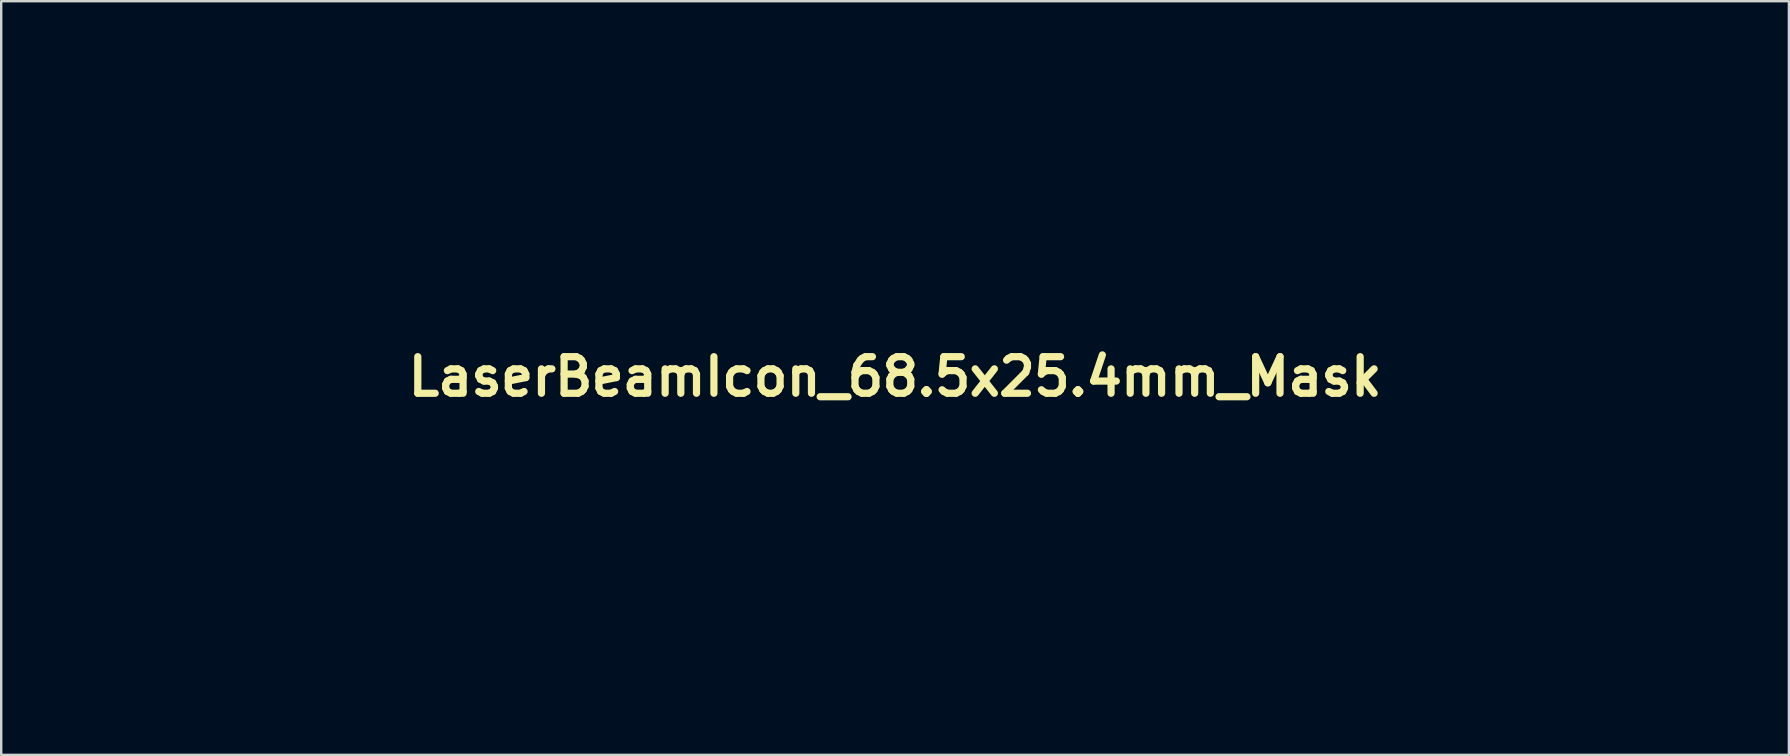
<source format=kicad_pcb>
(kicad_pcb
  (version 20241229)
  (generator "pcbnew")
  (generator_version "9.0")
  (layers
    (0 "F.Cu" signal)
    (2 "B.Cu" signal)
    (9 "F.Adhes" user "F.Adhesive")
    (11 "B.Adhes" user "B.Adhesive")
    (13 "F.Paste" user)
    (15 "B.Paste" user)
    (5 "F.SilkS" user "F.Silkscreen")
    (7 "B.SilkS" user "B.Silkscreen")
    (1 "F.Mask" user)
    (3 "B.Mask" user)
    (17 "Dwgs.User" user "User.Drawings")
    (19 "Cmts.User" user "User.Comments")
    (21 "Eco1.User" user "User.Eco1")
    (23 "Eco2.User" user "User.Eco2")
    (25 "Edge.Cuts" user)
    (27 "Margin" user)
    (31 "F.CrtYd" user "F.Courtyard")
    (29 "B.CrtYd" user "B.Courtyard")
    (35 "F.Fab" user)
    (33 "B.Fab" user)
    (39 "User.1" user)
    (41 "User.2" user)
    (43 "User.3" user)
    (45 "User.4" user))
  (footprint "LaserBeamIcon_68.5x25.4mm_Mask"
    (layer "F.Cu")
    (at 34.24 12.644)
    (property "Reference" "LaserBeamIcon_68.5x25.4mm_Mask" (at 0 0 0) (layer "F.SilkS") (effects (font (size 1.524 1.524) (thickness 0.3))))
    (attr exclude_from_pos_files exclude_from_bom)
    (fp_poly (pts (xy -21.009 -8.42) (xy -20.98 -4.196) (xy -20.61 -5.539) (xy -20.449 -6.123) (xy -20.292 -6.693) (xy -20.157 -7.177) (xy -20.072 -7.48) (xy -19.904 -8.079) (xy -19.491 -8.003) (xy -19.196 -7.931) (xy -19.002 -7.851) (xy -18.985 -7.838) (xy -18.978 -7.697) (xy -19.03 -7.367) (xy -19.137 -6.875) (xy -19.291 -6.244) (xy -19.488 -5.499) (xy -19.721 -4.668) (xy -19.759 -4.536) (xy -19.83 -4.249) (xy -19.843 -4.093) (xy -19.815 -4.089) (xy -19.736 -4.208) (xy -19.56 -4.499) (xy -19.3 -4.936) (xy -18.971 -5.498) (xy -18.585 -6.159) (xy -18.157 -6.898) (xy -17.844 -7.441) (xy -17.293 -8.4) (xy -16.844 -9.183) (xy -16.484 -9.806) (xy -16.203 -10.287) (xy -15.988 -10.642) (xy -15.827 -10.889) (xy -15.71 -11.044) (xy -15.624 -11.124) (xy -15.558 -11.145) (xy -15.5 -11.126) (xy -15.437 -11.082) (xy -15.36 -11.03) (xy -15.354 -11.027) (xy -15.083 -10.874) (xy -14.896 -10.758) (xy -14.875 -10.692) (xy -14.913 -10.543) (xy -15.017 -10.297) (xy -15.196 -9.937) (xy -15.458 -9.447) (xy -15.812 -8.81) (xy -16.266 -8.01) (xy -16.698 -7.258) (xy -17.16 -6.453) (xy -17.592 -5.701) (xy -17.979 -5.024) (xy -18.307 -4.449) (xy -18.562 -3.999) (xy -18.73 -3.698) (xy -18.794 -3.581) (xy -18.765 -3.566) (xy -18.599 -3.692) (xy -18.319 -3.939) (xy -17.946 -4.288) (xy -17.501 -4.721) (xy -17.468 -4.754) (xy -16.001 -6.206) (xy -15.639 -5.844) (xy -15.277 -5.482) (xy -16.73 -4.016) (xy -17.168 -3.567) (xy -17.524 -3.188) (xy -17.779 -2.9) (xy -17.913 -2.726) (xy -17.909 -2.687) (xy -17.903 -2.689) (xy -17.741 -2.778) (xy -17.411 -2.964) (xy -16.937 -3.235) (xy -16.344 -3.574) (xy -15.658 -3.969) (xy -14.904 -4.404) (xy -14.376 -4.709) (xy -13.596 -5.16) (xy -12.874 -5.575) (xy -12.233 -5.942) (xy -11.697 -6.246) (xy -11.29 -6.475) (xy -11.037 -6.614) (xy -10.963 -6.651) (xy -10.79 -6.599) (xy -10.58 -6.329) (xy -10.546 -6.271) (xy -10.294 -5.829) (xy -11.049 -5.388) (xy -11.349 -5.214) (xy -11.807 -4.947) (xy -12.392 -4.608) (xy -13.067 -4.217) (xy -13.799 -3.793) (xy -14.546 -3.36) (xy -15.259 -2.946) (xy -15.911 -2.565) (xy -16.475 -2.233) (xy -16.926 -1.964) (xy -17.238 -1.774) (xy -17.386 -1.678) (xy -17.392 -1.672) (xy -17.37 -1.633) (xy -17.185 -1.663) (xy -17.112 -1.682) (xy -16.367 -1.894) (xy -15.651 -2.086) (xy -14.997 -2.251) (xy -14.437 -2.381) (xy -14.004 -2.469) (xy -13.729 -2.507) (xy -13.647 -2.499) (xy -13.568 -2.335) (xy -13.492 -2.051) (xy -13.481 -1.994) (xy -13.405 -1.582) (xy -13.948 -1.422) (xy -14.285 -1.326) (xy -14.766 -1.194) (xy -15.319 -1.045) (xy -15.721 -0.938) (xy -16.952 -0.615) (xy 34.24 -0.559) (xy 34.24 0.671) (xy -16.952 0.727) (xy -15.721 1.05) (xy -15.161 1.199) (xy -14.621 1.345) (xy -14.173 1.469) (xy -13.948 1.534) (xy -13.405 1.694) (xy -13.481 2.106) (xy -13.553 2.4) (xy -13.634 2.594) (xy -13.647 2.611) (xy -13.782 2.615) (xy -14.099 2.563) (xy -14.567 2.464) (xy -15.154 2.324) (xy -15.826 2.152) (xy -16.552 1.954) (xy -17.112 1.794) (xy -17.333 1.746) (xy -17.405 1.766) (xy -17.392 1.784) (xy -17.271 1.865) (xy -16.982 2.042) (xy -16.551 2.3) (xy -16.002 2.624) (xy -15.362 2.998) (xy -14.657 3.408) (xy -14.546 3.472) (xy -13.791 3.909) (xy -13.059 4.333) (xy -12.385 4.724) (xy -11.802 5.063) (xy -11.344 5.328) (xy -11.049 5.5) (xy -10.294 5.941) (xy -10.546 6.383) (xy -10.762 6.685) (xy -10.94 6.769) (xy -10.963 6.763) (xy -11.097 6.694) (xy -11.4 6.526) (xy -11.849 6.272) (xy -12.419 5.947) (xy -13.088 5.564) (xy -13.83 5.137) (xy -14.376 4.821) (xy -15.162 4.367) (xy -15.897 3.944) (xy -16.554 3.566) (xy -17.11 3.248) (xy -17.538 3.004) (xy -17.815 2.849) (xy -17.903 2.801) (xy -17.918 2.831) (xy -17.792 2.996) (xy -17.545 3.276) (xy -17.196 3.65) (xy -16.763 4.095) (xy -16.73 4.128) (xy -15.277 5.594) (xy -15.639 5.956) (xy -16.001 6.318) (xy -17.468 4.866) (xy -17.917 4.428) (xy -18.296 4.072) (xy -18.583 3.817) (xy -18.757 3.682) (xy -18.797 3.687) (xy -18.794 3.693) (xy -18.706 3.853) (xy -18.521 4.183) (xy -18.251 4.658) (xy -17.912 5.254) (xy -17.516 5.946) (xy -17.077 6.71) (xy -16.698 7.37) (xy -16.159 8.309) (xy -15.727 9.072) (xy -15.394 9.676) (xy -15.15 10.137) (xy -14.988 10.471) (xy -14.899 10.695) (xy -14.875 10.824) (xy -14.896 10.87) (xy -15.105 10.998) (xy -15.354 11.139) (xy -15.433 11.19) (xy -15.496 11.235) (xy -15.554 11.257) (xy -15.62 11.238) (xy -15.704 11.163) (xy -15.819 11.013) (xy -15.976 10.772) (xy -16.188 10.424) (xy -16.465 9.951) (xy -16.819 9.337) (xy -17.263 8.565) (xy -17.807 7.617) (xy -17.844 7.553) (xy -18.293 6.775) (xy -18.709 6.058) (xy -19.079 5.425) (xy -19.388 4.899) (xy -19.624 4.504) (xy -19.772 4.264) (xy -19.815 4.201) (xy -19.846 4.234) (xy -19.814 4.433) (xy -19.759 4.648) (xy -19.521 5.491) (xy -19.318 6.25) (xy -19.157 6.9) (xy -19.043 7.415) (xy -18.982 7.771) (xy -18.98 7.941) (xy -18.985 7.949) (xy -19.149 8.027) (xy -19.433 8.103) (xy -19.491 8.115) (xy -19.904 8.191) (xy -20.072 7.592) (xy -20.17 7.242) (xy -20.308 6.745) (xy -20.467 6.171) (xy -20.61 5.651) (xy -20.98 4.308) (xy -21.039 12.756) (xy -22.043 12.756) (xy -22.043 8.541) (xy -22.044 7.597) (xy -22.048 6.73) (xy -22.054 5.963) (xy -22.061 5.32) (xy -22.07 4.825) (xy -22.081 4.503) (xy -22.092 4.377) (xy -22.093 4.377) (xy -22.139 4.497) (xy -22.229 4.794) (xy -22.353 5.226) (xy -22.498 5.752) (xy -22.547 5.934) (xy -22.748 6.688) (xy -22.902 7.254) (xy -23.019 7.655) (xy -23.115 7.92) (xy -23.199 8.074) (xy -23.286 8.142) (xy -23.388 8.152) (xy -23.516 8.129) (xy -23.594 8.114) (xy -23.887 8.042) (xy -24.079 7.962) (xy -24.094 7.949) (xy -24.101 7.809) (xy -24.049 7.479) (xy -23.942 6.986) (xy -23.788 6.355) (xy -23.591 5.611) (xy -23.359 4.78) (xy -23.321 4.648) (xy -23.25 4.36) (xy -23.236 4.205) (xy -23.265 4.201) (xy -23.344 4.32) (xy -23.52 4.611) (xy -23.78 5.048) (xy -24.109 5.61) (xy -24.494 6.272) (xy -24.922 7.01) (xy -25.234 7.553) (xy -25.686 8.339) (xy -26.109 9.071) (xy -26.487 9.726) (xy -26.807 10.277) (xy -27.053 10.701) (xy -27.213 10.972) (xy -27.263 11.055) (xy -27.426 11.312) (xy -27.84 11.063) (xy -28.102 10.905) (xy -28.269 10.802) (xy -28.293 10.786) (xy -28.248 10.686) (xy -28.104 10.414) (xy -27.872 9.993) (xy -27.565 9.445) (xy -27.195 8.792) (xy -26.776 8.056) (xy -26.379 7.364) (xy -25.916 6.56) (xy -25.485 5.809) (xy -25.099 5.133) (xy -24.771 4.558) (xy -24.516 4.109) (xy -24.348 3.809) (xy -24.285 3.693) (xy -24.315 3.678) (xy -24.48 3.804) (xy -24.76 4.05) (xy -25.133 4.4) (xy -25.578 4.833) (xy -25.611 4.866) (xy -27.078 6.318) (xy -27.44 5.956) (xy -27.802 5.594) (xy -26.349 4.125) (xy -25.899 3.667) (xy -25.518 3.273) (xy -25.227 2.967) (xy -25.05 2.772) (xy -25.008 2.711) (xy -25.008 2.711) (xy -25.128 2.779) (xy -25.419 2.944) (xy -25.859 3.196) (xy -26.423 3.52) (xy -27.09 3.903) (xy -27.837 4.333) (xy -28.533 4.733) (xy -29.333 5.194) (xy -30.076 5.619) (xy -30.739 5.997) (xy -31.297 6.313) (xy -31.729 6.555) (xy -32.01 6.71) (xy -32.114 6.763) (xy -32.287 6.714) (xy -32.495 6.448) (xy -32.533 6.383) (xy -32.785 5.941) (xy -32.142 5.565) (xy -31.881 5.414) (xy -31.457 5.168) (xy -30.901 4.846) (xy -30.242 4.466) (xy -29.512 4.044) (xy -28.741 3.599) (xy -28.511 3.466) (xy -27.773 3.039) (xy -27.103 2.649) (xy -26.523 2.311) (xy -26.058 2.036) (xy -25.73 1.84) (xy -25.562 1.735) (xy -25.545 1.722) (xy -25.655 1.742) (xy -25.946 1.812) (xy -26.381 1.923) (xy -26.925 2.065) (xy -27.414 2.194) (xy -28.029 2.354) (xy -28.573 2.487) (xy -29.006 2.583) (xy -29.291 2.635) (xy -29.386 2.64) (xy -29.482 2.509) (xy -29.569 2.254) (xy -29.624 1.97) (xy -29.626 1.754) (xy -29.603 1.704) (xy -29.479 1.655) (xy -29.176 1.56) (xy -28.732 1.43) (xy -28.185 1.276) (xy -27.778 1.164) (xy -26.015 0.687) (xy -30.128 0.679) (xy -34.24 0.671) (xy -34.24 -0.559) (xy -30.128 -0.567) (xy -26.015 -0.575) (xy -27.778 -1.052) (xy -28.374 -1.216) (xy -28.891 -1.364) (xy -29.293 -1.484) (xy -29.542 -1.565) (xy -29.603 -1.593) (xy -29.633 -1.748) (xy -29.598 -2.014) (xy -29.523 -2.294) (xy -29.428 -2.492) (xy -29.386 -2.528) (xy -29.241 -2.516) (xy -28.919 -2.453) (xy -28.457 -2.347) (xy -27.894 -2.208) (xy -27.414 -2.083) (xy -26.808 -1.922) (xy -26.282 -1.786) (xy -25.874 -1.683) (xy -25.617 -1.622) (xy -25.545 -1.61) (xy -25.633 -1.668) (xy -25.891 -1.825) (xy -26.297 -2.066) (xy -26.828 -2.377) (xy -27.459 -2.745) (xy -28.17 -3.157) (xy -28.511 -3.354) (xy -29.288 -3.803) (xy -30.033 -4.233) (xy -30.716 -4.628) (xy -31.306 -4.969) (xy -31.772 -5.239) (xy -32.084 -5.42) (xy -32.142 -5.454) (xy -32.785 -5.829) (xy -32.533 -6.272) (xy -32.318 -6.573) (xy -32.14 -6.658) (xy -32.114 -6.651) (xy -31.98 -6.582) (xy -31.677 -6.414) (xy -31.226 -6.161) (xy -30.651 -5.835) (xy -29.976 -5.45) (xy -29.223 -5.019) (xy -28.533 -4.622) (xy -27.736 -4.162) (xy -26.998 -3.738) (xy -26.343 -3.362) (xy -25.794 -3.047) (xy -25.372 -2.806) (xy -25.102 -2.652) (xy -25.008 -2.6) (xy -25.047 -2.657) (xy -25.221 -2.849) (xy -25.509 -3.153) (xy -25.889 -3.545) (xy -26.338 -4.001) (xy -26.349 -4.013) (xy -27.802 -5.482) (xy -27.44 -5.844) (xy -27.078 -6.206) (xy -25.611 -4.754) (xy -25.162 -4.316) (xy -24.783 -3.96) (xy -24.496 -3.705) (xy -24.321 -3.57) (xy -24.282 -3.575) (xy -24.284 -3.581) (xy -24.372 -3.741) (xy -24.557 -4.071) (xy -24.827 -4.546) (xy -25.167 -5.142) (xy -25.562 -5.834) (xy -26.001 -6.597) (xy -26.378 -7.253) (xy -26.831 -8.043) (xy -27.245 -8.769) (xy -27.608 -9.41) (xy -27.906 -9.943) (xy -28.127 -10.346) (xy -28.259 -10.597) (xy -28.292 -10.674) (xy -28.181 -10.744) (xy -27.948 -10.887) (xy -27.84 -10.952) (xy -27.426 -11.2) (xy -27.263 -10.943) (xy -27.169 -10.786) (xy -26.978 -10.461) (xy -26.705 -9.99) (xy -26.364 -9.401) (xy -25.969 -8.717) (xy -25.535 -7.963) (xy -25.234 -7.441) (xy -24.786 -6.663) (xy -24.37 -5.946) (xy -24.001 -5.313) (xy -23.691 -4.787) (xy -23.456 -4.392) (xy -23.308 -4.152) (xy -23.265 -4.089) (xy -23.234 -4.122) (xy -23.265 -4.322) (xy -23.321 -4.536) (xy -23.559 -5.379) (xy -23.761 -6.138) (xy -23.922 -6.788) (xy -24.036 -7.303) (xy -24.097 -7.659) (xy -24.099 -7.829) (xy -24.094 -7.838) (xy -23.93 -7.916) (xy -23.647 -7.992) (xy -23.594 -8.002) (xy -23.447 -8.031) (xy -23.334 -8.041) (xy -23.241 -8.005) (xy -23.157 -7.896) (xy -23.068 -7.69) (xy -22.963 -7.359) (xy -22.829 -6.877) (xy -22.653 -6.22) (xy -22.547 -5.822) (xy -22.398 -5.274) (xy -22.266 -4.807) (xy -22.164 -4.463) (xy -22.102 -4.282) (xy -22.093 -4.265) (xy -22.082 -4.361) (xy -22.072 -4.657) (xy -22.063 -5.129) (xy -22.055 -5.753) (xy -22.049 -6.504) (xy -22.045 -7.359) (xy -22.043 -8.293) (xy -22.043 -8.429) (xy -22.043 -12.644) (xy -21.039 -12.644)) (stroke (width 0) (type solid)) (fill yes) (layer "F.Mask")))
  (gr_rect
    (start -3 -3)
    (end 71.479 28.4)
    (stroke (width 0.1) (type default))
    (fill no)
    (layer "Edge.Cuts")))
</source>
